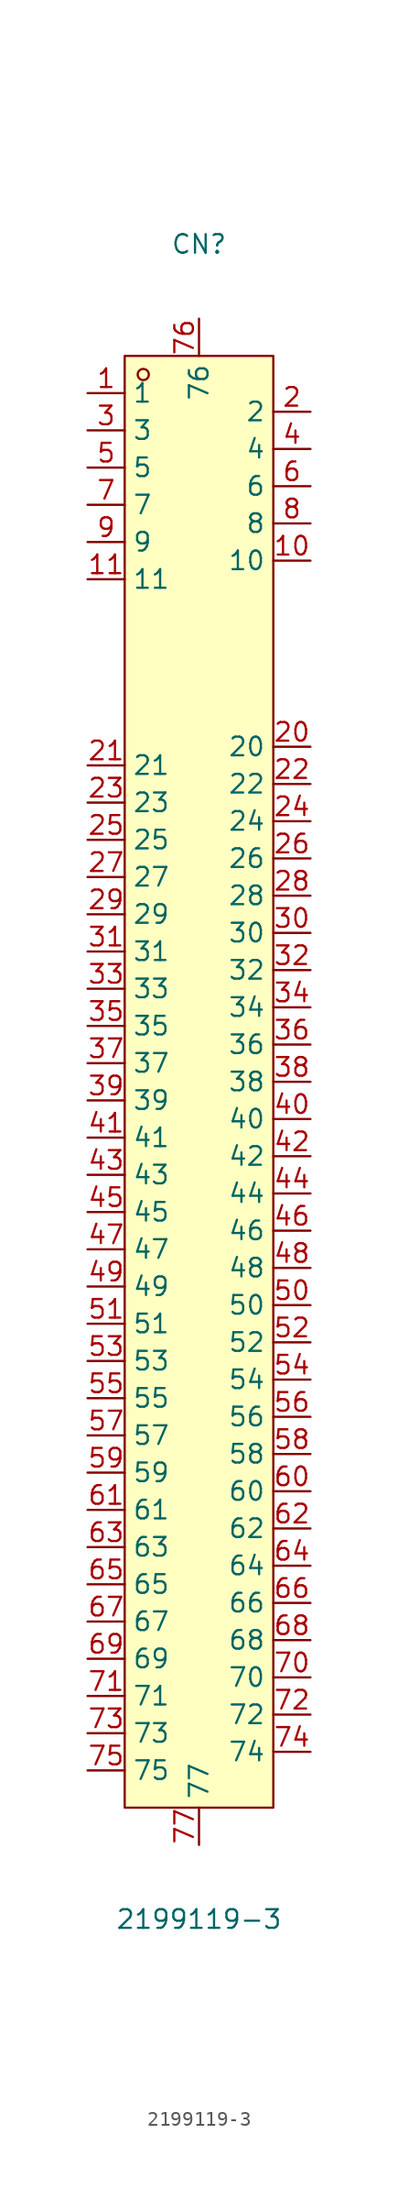
<source format=kicad_sym>
(kicad_symbol_lib
  (version 20211014)
  (generator https://github.com/uPesy/easyeda2kicad.py)
  (symbol "2199119-3"
    (property "Reference" "CN"
      (at 0 57.15 0)
      (effects (font (size 1.27 1.27))))
    (property "Value" "2199119-3"
      (at 0 -57.15 0)
      (effects (font (size 1.27 1.27))))
    (symbol "2199119-3_0_1"
      (rectangle (start -5.08 49.53) (end 5.08 -49.53) (stroke (width 0) (type default) (color 0 0 0 0)) (fill (type background)))
      (circle (center -3.81 48.26) (radius 0.38) (stroke (width 0) (type default) (color 0 0 0 0)) (fill (type none)))
      (pin unspecified line (at 0.00 -52.07 90) (length 2.54) (name "77" (effects (font (size 1.27 1.27)))) (number "77" (effects (font (size 1.27 1.27)))))
      (pin unspecified line (at 0.00 52.07 270) (length 2.54) (name "76" (effects (font (size 1.27 1.27)))) (number "76" (effects (font (size 1.27 1.27)))))
      (pin unspecified line (at -7.62 -46.99 0) (length 2.54) (name "75" (effects (font (size 1.27 1.27)))) (number "75" (effects (font (size 1.27 1.27)))))
      (pin unspecified line (at 7.62 45.72 180) (length 2.54) (name "2" (effects (font (size 1.27 1.27)))) (number "2" (effects (font (size 1.27 1.27)))))
      (pin unspecified line (at -7.62 -44.45 0) (length 2.54) (name "73" (effects (font (size 1.27 1.27)))) (number "73" (effects (font (size 1.27 1.27)))))
      (pin unspecified line (at 7.62 43.18 180) (length 2.54) (name "4" (effects (font (size 1.27 1.27)))) (number "4" (effects (font (size 1.27 1.27)))))
      (pin unspecified line (at -7.62 -41.91 0) (length 2.54) (name "71" (effects (font (size 1.27 1.27)))) (number "71" (effects (font (size 1.27 1.27)))))
      (pin unspecified line (at 7.62 40.64 180) (length 2.54) (name "6" (effects (font (size 1.27 1.27)))) (number "6" (effects (font (size 1.27 1.27)))))
      (pin unspecified line (at -7.62 -39.37 0) (length 2.54) (name "69" (effects (font (size 1.27 1.27)))) (number "69" (effects (font (size 1.27 1.27)))))
      (pin unspecified line (at 7.62 38.10 180) (length 2.54) (name "8" (effects (font (size 1.27 1.27)))) (number "8" (effects (font (size 1.27 1.27)))))
      (pin unspecified line (at -7.62 -36.83 0) (length 2.54) (name "67" (effects (font (size 1.27 1.27)))) (number "67" (effects (font (size 1.27 1.27)))))
      (pin unspecified line (at 7.62 35.56 180) (length 2.54) (name "10" (effects (font (size 1.27 1.27)))) (number "10" (effects (font (size 1.27 1.27)))))
      (pin unspecified line (at -7.62 -34.29 0) (length 2.54) (name "65" (effects (font (size 1.27 1.27)))) (number "65" (effects (font (size 1.27 1.27)))))
      (pin unspecified line (at -7.62 -31.75 0) (length 2.54) (name "63" (effects (font (size 1.27 1.27)))) (number "63" (effects (font (size 1.27 1.27)))))
      (pin unspecified line (at -7.62 -29.21 0) (length 2.54) (name "61" (effects (font (size 1.27 1.27)))) (number "61" (effects (font (size 1.27 1.27)))))
      (pin unspecified line (at -7.62 -26.67 0) (length 2.54) (name "59" (effects (font (size 1.27 1.27)))) (number "59" (effects (font (size 1.27 1.27)))))
      (pin unspecified line (at -7.62 -24.13 0) (length 2.54) (name "57" (effects (font (size 1.27 1.27)))) (number "57" (effects (font (size 1.27 1.27)))))
      (pin unspecified line (at 7.62 22.86 180) (length 2.54) (name "20" (effects (font (size 1.27 1.27)))) (number "20" (effects (font (size 1.27 1.27)))))
      (pin unspecified line (at -7.62 -21.59 0) (length 2.54) (name "55" (effects (font (size 1.27 1.27)))) (number "55" (effects (font (size 1.27 1.27)))))
      (pin unspecified line (at 7.62 20.32 180) (length 2.54) (name "22" (effects (font (size 1.27 1.27)))) (number "22" (effects (font (size 1.27 1.27)))))
      (pin unspecified line (at -7.62 -19.05 0) (length 2.54) (name "53" (effects (font (size 1.27 1.27)))) (number "53" (effects (font (size 1.27 1.27)))))
      (pin unspecified line (at 7.62 17.78 180) (length 2.54) (name "24" (effects (font (size 1.27 1.27)))) (number "24" (effects (font (size 1.27 1.27)))))
      (pin unspecified line (at -7.62 -16.51 0) (length 2.54) (name "51" (effects (font (size 1.27 1.27)))) (number "51" (effects (font (size 1.27 1.27)))))
      (pin unspecified line (at 7.62 15.24 180) (length 2.54) (name "26" (effects (font (size 1.27 1.27)))) (number "26" (effects (font (size 1.27 1.27)))))
      (pin unspecified line (at -7.62 -13.97 0) (length 2.54) (name "49" (effects (font (size 1.27 1.27)))) (number "49" (effects (font (size 1.27 1.27)))))
      (pin unspecified line (at 7.62 12.70 180) (length 2.54) (name "28" (effects (font (size 1.27 1.27)))) (number "28" (effects (font (size 1.27 1.27)))))
      (pin unspecified line (at -7.62 -11.43 0) (length 2.54) (name "47" (effects (font (size 1.27 1.27)))) (number "47" (effects (font (size 1.27 1.27)))))
      (pin unspecified line (at 7.62 10.16 180) (length 2.54) (name "30" (effects (font (size 1.27 1.27)))) (number "30" (effects (font (size 1.27 1.27)))))
      (pin unspecified line (at -7.62 -8.89 0) (length 2.54) (name "45" (effects (font (size 1.27 1.27)))) (number "45" (effects (font (size 1.27 1.27)))))
      (pin unspecified line (at 7.62 7.62 180) (length 2.54) (name "32" (effects (font (size 1.27 1.27)))) (number "32" (effects (font (size 1.27 1.27)))))
      (pin unspecified line (at -7.62 -6.35 0) (length 2.54) (name "43" (effects (font (size 1.27 1.27)))) (number "43" (effects (font (size 1.27 1.27)))))
      (pin unspecified line (at 7.62 5.08 180) (length 2.54) (name "34" (effects (font (size 1.27 1.27)))) (number "34" (effects (font (size 1.27 1.27)))))
      (pin unspecified line (at -7.62 -3.81 0) (length 2.54) (name "41" (effects (font (size 1.27 1.27)))) (number "41" (effects (font (size 1.27 1.27)))))
      (pin unspecified line (at 7.62 2.54 180) (length 2.54) (name "36" (effects (font (size 1.27 1.27)))) (number "36" (effects (font (size 1.27 1.27)))))
      (pin unspecified line (at -7.62 -1.27 0) (length 2.54) (name "39" (effects (font (size 1.27 1.27)))) (number "39" (effects (font (size 1.27 1.27)))))
      (pin unspecified line (at 7.62 -0.00 180) (length 2.54) (name "38" (effects (font (size 1.27 1.27)))) (number "38" (effects (font (size 1.27 1.27)))))
      (pin unspecified line (at -7.62 1.27 0) (length 2.54) (name "37" (effects (font (size 1.27 1.27)))) (number "37" (effects (font (size 1.27 1.27)))))
      (pin unspecified line (at 7.62 -2.54 180) (length 2.54) (name "40" (effects (font (size 1.27 1.27)))) (number "40" (effects (font (size 1.27 1.27)))))
      (pin unspecified line (at -7.62 3.81 0) (length 2.54) (name "35" (effects (font (size 1.27 1.27)))) (number "35" (effects (font (size 1.27 1.27)))))
      (pin unspecified line (at 7.62 -5.08 180) (length 2.54) (name "42" (effects (font (size 1.27 1.27)))) (number "42" (effects (font (size 1.27 1.27)))))
      (pin unspecified line (at -7.62 6.35 0) (length 2.54) (name "33" (effects (font (size 1.27 1.27)))) (number "33" (effects (font (size 1.27 1.27)))))
      (pin unspecified line (at 7.62 -7.62 180) (length 2.54) (name "44" (effects (font (size 1.27 1.27)))) (number "44" (effects (font (size 1.27 1.27)))))
      (pin unspecified line (at -7.62 8.89 0) (length 2.54) (name "31" (effects (font (size 1.27 1.27)))) (number "31" (effects (font (size 1.27 1.27)))))
      (pin unspecified line (at 7.62 -10.16 180) (length 2.54) (name "46" (effects (font (size 1.27 1.27)))) (number "46" (effects (font (size 1.27 1.27)))))
      (pin unspecified line (at -7.62 11.43 0) (length 2.54) (name "29" (effects (font (size 1.27 1.27)))) (number "29" (effects (font (size 1.27 1.27)))))
      (pin unspecified line (at 7.62 -12.70 180) (length 2.54) (name "48" (effects (font (size 1.27 1.27)))) (number "48" (effects (font (size 1.27 1.27)))))
      (pin unspecified line (at -7.62 13.97 0) (length 2.54) (name "27" (effects (font (size 1.27 1.27)))) (number "27" (effects (font (size 1.27 1.27)))))
      (pin unspecified line (at 7.62 -15.24 180) (length 2.54) (name "50" (effects (font (size 1.27 1.27)))) (number "50" (effects (font (size 1.27 1.27)))))
      (pin unspecified line (at -7.62 16.51 0) (length 2.54) (name "25" (effects (font (size 1.27 1.27)))) (number "25" (effects (font (size 1.27 1.27)))))
      (pin unspecified line (at 7.62 -17.78 180) (length 2.54) (name "52" (effects (font (size 1.27 1.27)))) (number "52" (effects (font (size 1.27 1.27)))))
      (pin unspecified line (at -7.62 19.05 0) (length 2.54) (name "23" (effects (font (size 1.27 1.27)))) (number "23" (effects (font (size 1.27 1.27)))))
      (pin unspecified line (at 7.62 -20.32 180) (length 2.54) (name "54" (effects (font (size 1.27 1.27)))) (number "54" (effects (font (size 1.27 1.27)))))
      (pin unspecified line (at -7.62 21.59 0) (length 2.54) (name "21" (effects (font (size 1.27 1.27)))) (number "21" (effects (font (size 1.27 1.27)))))
      (pin unspecified line (at 7.62 -22.86 180) (length 2.54) (name "56" (effects (font (size 1.27 1.27)))) (number "56" (effects (font (size 1.27 1.27)))))
      (pin unspecified line (at 7.62 -25.40 180) (length 2.54) (name "58" (effects (font (size 1.27 1.27)))) (number "58" (effects (font (size 1.27 1.27)))))
      (pin unspecified line (at 7.62 -27.94 180) (length 2.54) (name "60" (effects (font (size 1.27 1.27)))) (number "60" (effects (font (size 1.27 1.27)))))
      (pin unspecified line (at 7.62 -30.48 180) (length 2.54) (name "62" (effects (font (size 1.27 1.27)))) (number "62" (effects (font (size 1.27 1.27)))))
      (pin unspecified line (at 7.62 -33.02 180) (length 2.54) (name "64" (effects (font (size 1.27 1.27)))) (number "64" (effects (font (size 1.27 1.27)))))
      (pin unspecified line (at -7.62 34.29 0) (length 2.54) (name "11" (effects (font (size 1.27 1.27)))) (number "11" (effects (font (size 1.27 1.27)))))
      (pin unspecified line (at 7.62 -35.56 180) (length 2.54) (name "66" (effects (font (size 1.27 1.27)))) (number "66" (effects (font (size 1.27 1.27)))))
      (pin unspecified line (at -7.62 36.83 0) (length 2.54) (name "9" (effects (font (size 1.27 1.27)))) (number "9" (effects (font (size 1.27 1.27)))))
      (pin unspecified line (at 7.62 -38.10 180) (length 2.54) (name "68" (effects (font (size 1.27 1.27)))) (number "68" (effects (font (size 1.27 1.27)))))
      (pin unspecified line (at -7.62 39.37 0) (length 2.54) (name "7" (effects (font (size 1.27 1.27)))) (number "7" (effects (font (size 1.27 1.27)))))
      (pin unspecified line (at 7.62 -40.64 180) (length 2.54) (name "70" (effects (font (size 1.27 1.27)))) (number "70" (effects (font (size 1.27 1.27)))))
      (pin unspecified line (at -7.62 41.91 0) (length 2.54) (name "5" (effects (font (size 1.27 1.27)))) (number "5" (effects (font (size 1.27 1.27)))))
      (pin unspecified line (at 7.62 -43.18 180) (length 2.54) (name "72" (effects (font (size 1.27 1.27)))) (number "72" (effects (font (size 1.27 1.27)))))
      (pin unspecified line (at -7.62 44.45 0) (length 2.54) (name "3" (effects (font (size 1.27 1.27)))) (number "3" (effects (font (size 1.27 1.27)))))
      (pin unspecified line (at 7.62 -45.72 180) (length 2.54) (name "74" (effects (font (size 1.27 1.27)))) (number "74" (effects (font (size 1.27 1.27)))))
      (pin unspecified line (at -7.62 46.99 0) (length 2.54) (name "1" (effects (font (size 1.27 1.27)))) (number "1" (effects (font (size 1.27 1.27))))))))
</source>
